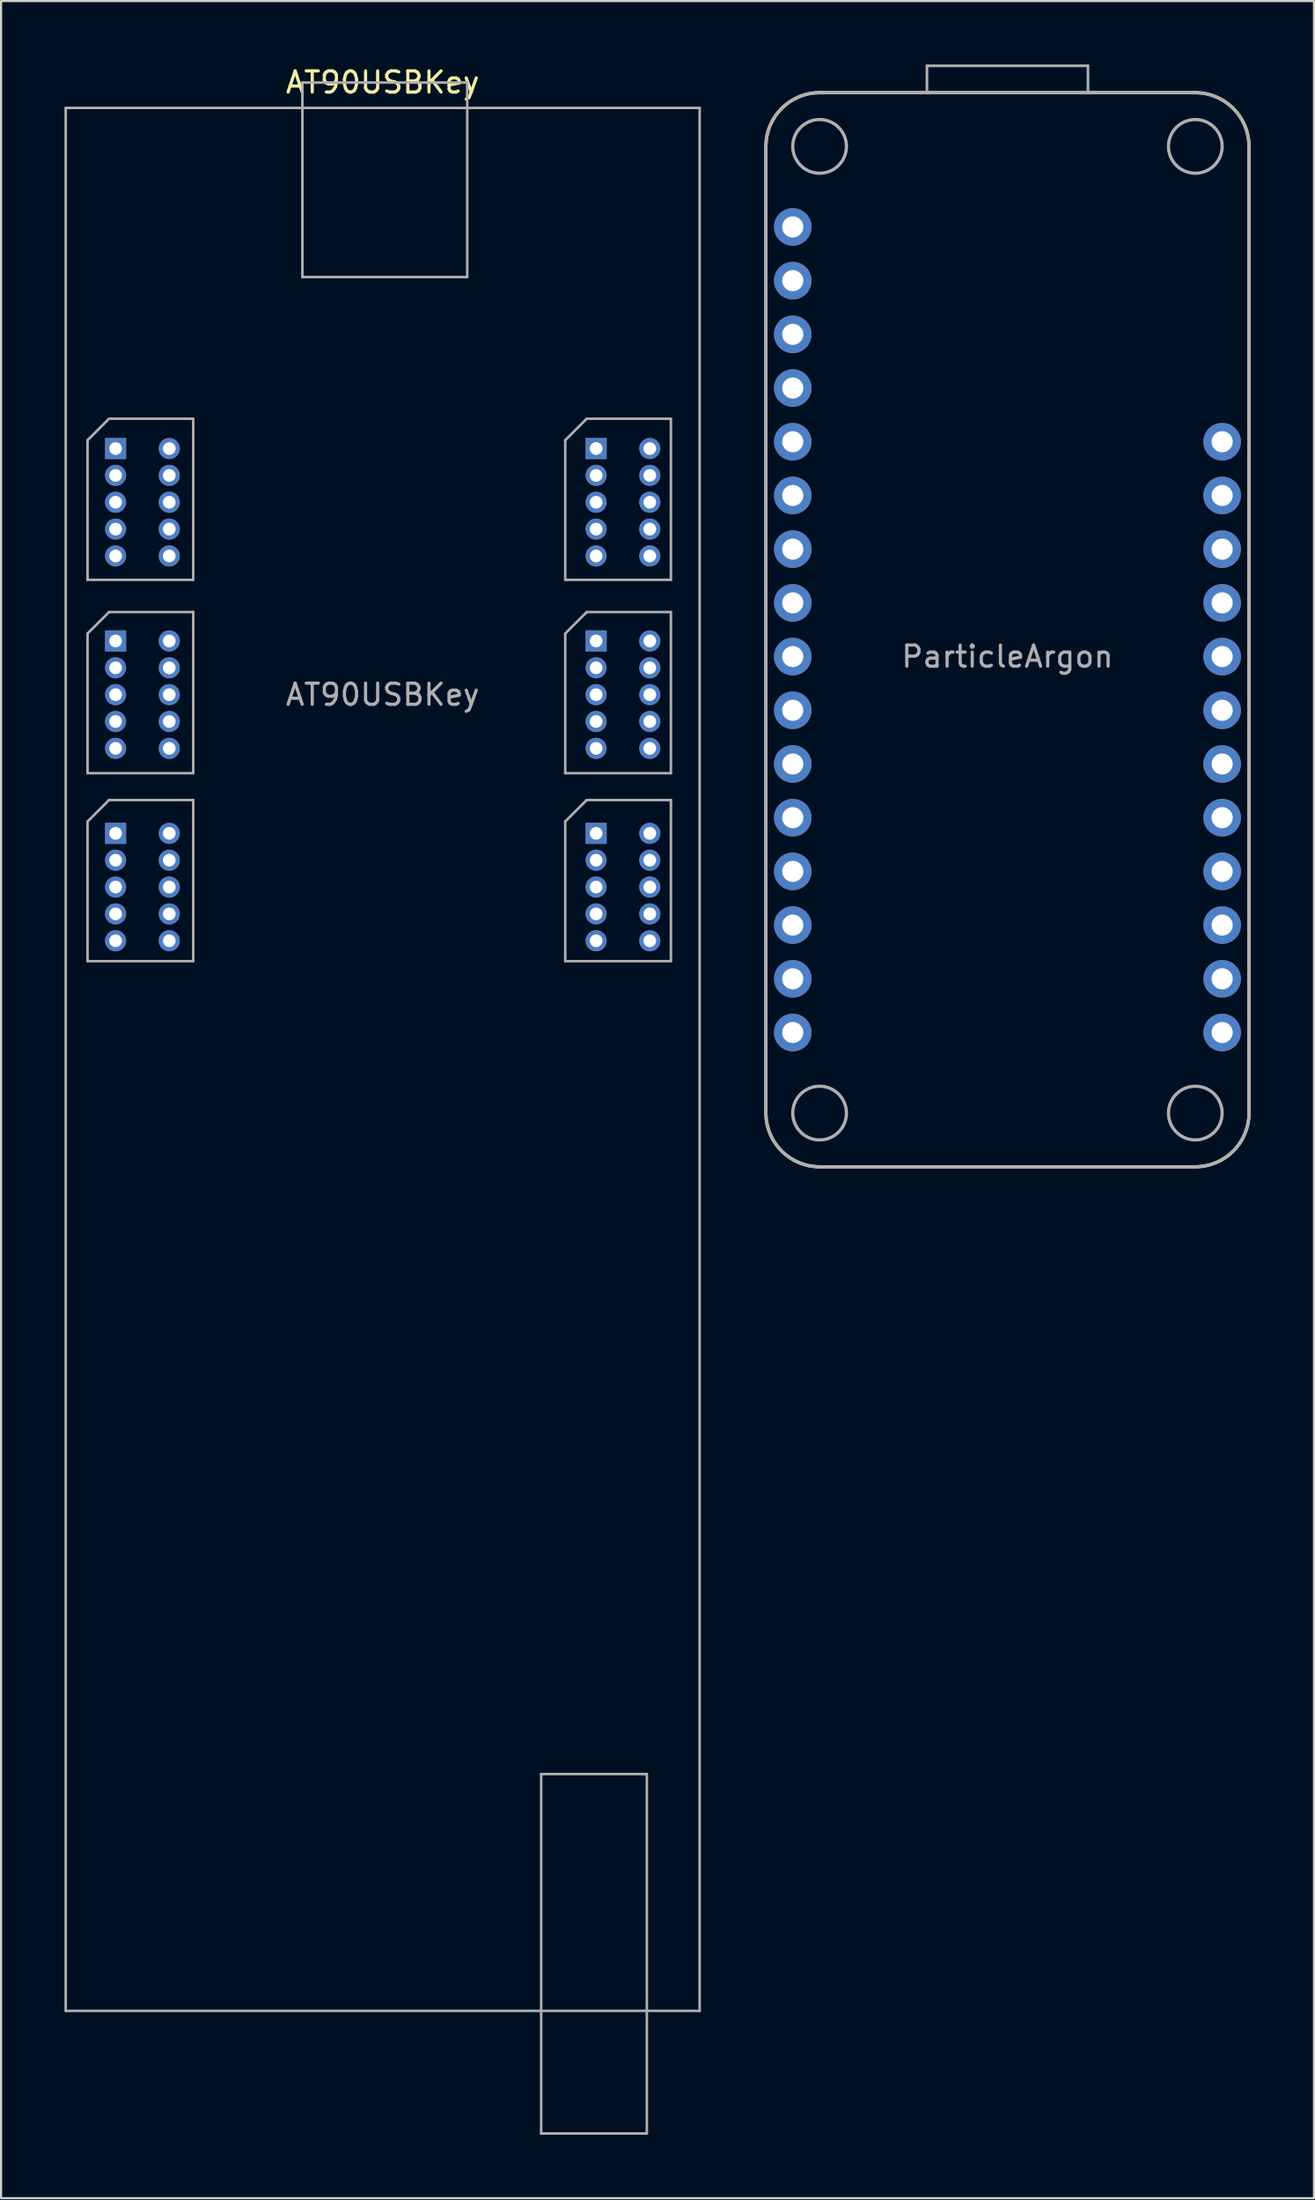
<source format=kicad_pcb>
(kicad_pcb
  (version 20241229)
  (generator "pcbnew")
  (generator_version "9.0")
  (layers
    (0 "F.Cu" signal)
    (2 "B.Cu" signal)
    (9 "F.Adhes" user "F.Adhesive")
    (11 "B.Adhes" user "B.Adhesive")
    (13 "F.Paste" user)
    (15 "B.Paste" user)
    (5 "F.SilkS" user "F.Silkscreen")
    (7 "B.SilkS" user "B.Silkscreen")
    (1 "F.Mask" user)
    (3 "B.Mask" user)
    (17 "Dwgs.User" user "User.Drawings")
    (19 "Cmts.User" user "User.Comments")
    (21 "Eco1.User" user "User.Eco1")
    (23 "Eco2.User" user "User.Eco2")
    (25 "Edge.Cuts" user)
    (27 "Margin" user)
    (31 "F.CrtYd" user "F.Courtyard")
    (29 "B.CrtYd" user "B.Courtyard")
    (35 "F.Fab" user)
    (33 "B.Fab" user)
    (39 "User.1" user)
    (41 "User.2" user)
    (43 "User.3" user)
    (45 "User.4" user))
  (footprint "ParticleArgon"
    (layer "F.Cu")
    (at 44.626 26.733)
    (property "Reference" "ParticleArgon" (at 0 1.27 0) (layer "F.Fab") (effects (font (size 1 1) (thickness 0.15))))
    (attr through_hole)
    (fp_line (start -11.43 -22.86) (end -11.43 22.86) (stroke (width 0.152) (type solid)) (layer "F.SilkS"))
    (fp_line (start -8.89 25.4) (end 8.89 25.4) (stroke (width 0.152) (type solid)) (layer "F.SilkS"))
    (fp_line (start 8.89 -25.4) (end -8.89 -25.4) (stroke (width 0.152) (type solid)) (layer "F.SilkS"))
    (fp_line (start 11.43 22.86) (end 11.43 -22.86) (stroke (width 0.152) (type solid)) (layer "F.SilkS"))
    (fp_arc (start -11.43 -22.86) (mid -10.686051 -24.656051) (end -8.89 -25.4) (stroke (width 0.1524) (type solid)) (layer "F.SilkS"))
    (fp_arc (start -8.89 25.4) (mid -10.686051 24.656051) (end -11.43 22.86) (stroke (width 0.1524) (type solid)) (layer "F.SilkS"))
    (fp_arc (start 8.89 -25.4) (mid 10.686051 -24.656051) (end 11.43 -22.86) (stroke (width 0.1524) (type solid)) (layer "F.SilkS"))
    (fp_arc (start 11.43 22.86) (mid 10.686051 24.656051) (end 8.89 25.4) (stroke (width 0.1524) (type solid)) (layer "F.SilkS"))
    (fp_line (start -11.43 22.86) (end -11.43 -22.86) (stroke (width 0.152) (type solid)) (layer "F.Fab"))
    (fp_line (start -8.89 -25.4) (end -3.81 -25.4) (stroke (width 0.152) (type solid)) (layer "F.Fab"))
    (fp_line (start -3.81 -26.67) (end 3.81 -26.67) (stroke (width 0.127) (type solid)) (layer "F.Fab"))
    (fp_line (start -3.81 -25.4) (end -3.81 -26.67) (stroke (width 0.127) (type solid)) (layer "F.Fab"))
    (fp_line (start -3.81 -25.4) (end 3.81 -25.4) (stroke (width 0.152) (type solid)) (layer "F.Fab"))
    (fp_line (start 3.81 -26.67) (end 3.81 -25.4) (stroke (width 0.127) (type solid)) (layer "F.Fab"))
    (fp_line (start 3.81 -25.4) (end 8.89 -25.4) (stroke (width 0.152) (type solid)) (layer "F.Fab"))
    (fp_line (start 8.89 25.4) (end -8.89 25.4) (stroke (width 0.152) (type solid)) (layer "F.Fab"))
    (fp_line (start 11.43 -22.86) (end 11.43 22.86) (stroke (width 0.152) (type solid)) (layer "F.Fab"))
    (fp_arc (start -11.43 -22.86) (mid -10.686051 -24.656051) (end -8.89 -25.4) (stroke (width 0.1524) (type solid)) (layer "F.Fab"))
    (fp_arc (start -8.89 25.4) (mid -10.686051 24.656051) (end -11.43 22.86) (stroke (width 0.1524) (type solid)) (layer "F.Fab"))
    (fp_arc (start 8.89 -25.4) (mid 10.686051 -24.656051) (end 11.43 -22.86) (stroke (width 0.1524) (type solid)) (layer "F.Fab"))
    (fp_arc (start 11.43 22.86) (mid 10.686051 24.656051) (end 8.89 25.4) (stroke (width 0.1524) (type solid)) (layer "F.Fab"))
    (fp_circle (center -8.89 -22.86) (end -7.62 -22.86) (stroke (width 0.152) (type solid)) (fill no) (layer "F.Fab"))
    (fp_circle (center -8.89 22.86) (end -7.62 22.86) (stroke (width 0.152) (type solid)) (fill no) (layer "F.Fab"))
    (fp_circle (center 8.89 -22.86) (end 10.16 -22.86) (stroke (width 0.152) (type solid)) (fill no) (layer "F.Fab"))
    (fp_circle (center 8.89 22.86) (end 10.16 22.86) (stroke (width 0.152) (type solid)) (fill no) (layer "F.Fab"))
    (pad "1" thru_hole circle (at -10.16 -19.05) (size 1.778 1.778) (drill 1) (layers "*.Cu" "*.Mask"))
    (pad "2" thru_hole circle (at -10.16 -16.51) (size 1.778 1.778) (drill 1) (layers "*.Cu" "*.Mask"))
    (pad "3" thru_hole circle (at -10.16 -13.97) (size 1.778 1.778) (drill 1) (layers "*.Cu" "*.Mask"))
    (pad "4" thru_hole circle (at -10.16 -11.43) (size 1.778 1.778) (drill 1) (layers "*.Cu" "*.Mask"))
    (pad "5" thru_hole circle (at -10.16 -8.89) (size 1.778 1.778) (drill 1) (layers "*.Cu" "*.Mask"))
    (pad "6" thru_hole circle (at -10.16 -6.35) (size 1.778 1.778) (drill 1) (layers "*.Cu" "*.Mask"))
    (pad "7" thru_hole circle (at -10.16 -3.81) (size 1.778 1.778) (drill 1) (layers "*.Cu" "*.Mask"))
    (pad "8" thru_hole circle (at -10.16 -1.27) (size 1.778 1.778) (drill 1) (layers "*.Cu" "*.Mask"))
    (pad "9" thru_hole circle (at -10.16 1.27) (size 1.778 1.778) (drill 1) (layers "*.Cu" "*.Mask"))
    (pad "10" thru_hole circle (at -10.16 3.81) (size 1.778 1.778) (drill 1) (layers "*.Cu" "*.Mask"))
    (pad "11" thru_hole circle (at -10.16 6.35) (size 1.778 1.778) (drill 1) (layers "*.Cu" "*.Mask"))
    (pad "12" thru_hole circle (at -10.16 8.89) (size 1.778 1.778) (drill 1) (layers "*.Cu" "*.Mask"))
    (pad "13" thru_hole circle (at -10.16 11.43) (size 1.778 1.778) (drill 1) (layers "*.Cu" "*.Mask"))
    (pad "14" thru_hole circle (at -10.16 13.97) (size 1.778 1.778) (drill 1) (layers "*.Cu" "*.Mask"))
    (pad "15" thru_hole circle (at -10.16 16.51) (size 1.778 1.778) (drill 1) (layers "*.Cu" "*.Mask"))
    (pad "16" thru_hole circle (at -10.16 19.05) (size 1.778 1.778) (drill 1) (layers "*.Cu" "*.Mask"))
    (pad "17" thru_hole circle (at 10.16 19.05) (size 1.778 1.778) (drill 1) (layers "*.Cu" "*.Mask"))
    (pad "18" thru_hole circle (at 10.16 16.51) (size 1.778 1.778) (drill 1) (layers "*.Cu" "*.Mask"))
    (pad "19" thru_hole circle (at 10.16 13.97) (size 1.778 1.778) (drill 1) (layers "*.Cu" "*.Mask"))
    (pad "20" thru_hole circle (at 10.16 11.43) (size 1.778 1.778) (drill 1) (layers "*.Cu" "*.Mask"))
    (pad "21" thru_hole circle (at 10.16 8.89) (size 1.778 1.778) (drill 1) (layers "*.Cu" "*.Mask"))
    (pad "22" thru_hole circle (at 10.16 6.35) (size 1.778 1.778) (drill 1) (layers "*.Cu" "*.Mask"))
    (pad "23" thru_hole circle (at 10.16 3.81) (size 1.778 1.778) (drill 1) (layers "*.Cu" "*.Mask"))
    (pad "24" thru_hole circle (at 10.16 1.27) (size 1.778 1.778) (drill 1) (layers "*.Cu" "*.Mask"))
    (pad "25" thru_hole circle (at 10.16 -1.27) (size 1.778 1.778) (drill 1) (layers "*.Cu" "*.Mask"))
    (pad "26" thru_hole circle (at 10.16 -3.81) (size 1.778 1.778) (drill 1) (layers "*.Cu" "*.Mask"))
    (pad "27" thru_hole circle (at 10.16 -6.35) (size 1.778 1.778) (drill 1) (layers "*.Cu" "*.Mask"))
    (pad "28" thru_hole circle (at 10.16 -8.89) (size 1.778 1.778) (drill 1) (layers "*.Cu" "*.Mask")))
  (footprint "AT90USBKey"
    (layer "F.Cu")
    (at 15.06 29.804)
    (property "Reference" "AT90USBKey" (at 0 -28.956 0) (layer "F.SilkS") (effects (font (size 1 1) (thickness 0.15))))
    (attr through_hole)
    (fp_line (start -15 -27.75) (end -15 62.25) (stroke (width 0.12) (type solid)) (layer "F.Fab"))
    (fp_line (start -15 -27.75) (end 15 -27.75) (stroke (width 0.12) (type solid)) (layer "F.Fab"))
    (fp_line (start -15 62.25) (end 15 62.25) (stroke (width 0.12) (type solid)) (layer "F.Fab"))
    (fp_line (start -13.967 -12.034) (end -12.951 -13.05) (stroke (width 0.12) (type solid)) (layer "F.Fab"))
    (fp_line (start -13.967 -5.43) (end -13.967 -12.034) (stroke (width 0.12) (type solid)) (layer "F.Fab"))
    (fp_line (start -13.967 -2.89) (end -12.951 -3.906) (stroke (width 0.12) (type solid)) (layer "F.Fab"))
    (fp_line (start -13.967 3.714) (end -13.967 -2.89) (stroke (width 0.12) (type solid)) (layer "F.Fab"))
    (fp_line (start -13.967 6) (end -12.951 4.984) (stroke (width 0.12) (type solid)) (layer "F.Fab"))
    (fp_line (start -13.967 12.604) (end -13.967 6) (stroke (width 0.12) (type solid)) (layer "F.Fab"))
    (fp_line (start -12.951 -13.05) (end -8.967 -13.05) (stroke (width 0.12) (type solid)) (layer "F.Fab"))
    (fp_line (start -12.951 -3.906) (end -8.967 -3.906) (stroke (width 0.12) (type solid)) (layer "F.Fab"))
    (fp_line (start -12.951 4.984) (end -8.967 4.984) (stroke (width 0.12) (type solid)) (layer "F.Fab"))
    (fp_line (start -8.967 -13.05) (end -8.967 -5.43) (stroke (width 0.12) (type solid)) (layer "F.Fab"))
    (fp_line (start -8.967 -5.43) (end -13.967 -5.43) (stroke (width 0.12) (type solid)) (layer "F.Fab"))
    (fp_line (start -8.967 -3.906) (end -8.967 3.714) (stroke (width 0.12) (type solid)) (layer "F.Fab"))
    (fp_line (start -8.967 3.714) (end -13.967 3.714) (stroke (width 0.12) (type solid)) (layer "F.Fab"))
    (fp_line (start -8.967 4.984) (end -8.967 12.604) (stroke (width 0.12) (type solid)) (layer "F.Fab"))
    (fp_line (start -8.967 12.604) (end -13.967 12.604) (stroke (width 0.12) (type solid)) (layer "F.Fab"))
    (fp_line (start -3.8 -28.95) (end 4 -28.95) (stroke (width 0.12) (type solid)) (layer "F.Fab"))
    (fp_line (start -3.8 -19.75) (end -3.8 -28.95) (stroke (width 0.12) (type solid)) (layer "F.Fab"))
    (fp_line (start -3.8 -19.75) (end 4 -19.75) (stroke (width 0.12) (type solid)) (layer "F.Fab"))
    (fp_line (start 4 -19.75) (end 4 -28.95) (stroke (width 0.12) (type solid)) (layer "F.Fab"))
    (fp_line (start 7.5 51.05) (end 7.5 68.05) (stroke (width 0.12) (type solid)) (layer "F.Fab"))
    (fp_line (start 7.5 51.05) (end 12.5 51.05) (stroke (width 0.12) (type solid)) (layer "F.Fab"))
    (fp_line (start 7.5 68.05) (end 12.5 68.05) (stroke (width 0.12) (type solid)) (layer "F.Fab"))
    (fp_line (start 8.639 -12.034) (end 9.655 -13.05) (stroke (width 0.12) (type solid)) (layer "F.Fab"))
    (fp_line (start 8.639 -5.43) (end 8.639 -12.034) (stroke (width 0.12) (type solid)) (layer "F.Fab"))
    (fp_line (start 8.639 -2.89) (end 9.655 -3.906) (stroke (width 0.12) (type solid)) (layer "F.Fab"))
    (fp_line (start 8.639 3.714) (end 8.639 -2.89) (stroke (width 0.12) (type solid)) (layer "F.Fab"))
    (fp_line (start 8.639 6) (end 9.655 4.984) (stroke (width 0.12) (type solid)) (layer "F.Fab"))
    (fp_line (start 8.639 12.604) (end 8.639 6) (stroke (width 0.12) (type solid)) (layer "F.Fab"))
    (fp_line (start 9.655 -13.05) (end 13.639 -13.05) (stroke (width 0.12) (type solid)) (layer "F.Fab"))
    (fp_line (start 9.655 -3.906) (end 13.639 -3.906) (stroke (width 0.12) (type solid)) (layer "F.Fab"))
    (fp_line (start 9.655 4.984) (end 13.639 4.984) (stroke (width 0.12) (type solid)) (layer "F.Fab"))
    (fp_line (start 12.5 51.05) (end 12.5 68.05) (stroke (width 0.12) (type solid)) (layer "F.Fab"))
    (fp_line (start 13.639 -13.05) (end 13.639 -5.43) (stroke (width 0.12) (type solid)) (layer "F.Fab"))
    (fp_line (start 13.639 -5.43) (end 8.639 -5.43) (stroke (width 0.12) (type solid)) (layer "F.Fab"))
    (fp_line (start 13.639 -3.906) (end 13.639 3.714) (stroke (width 0.12) (type solid)) (layer "F.Fab"))
    (fp_line (start 13.639 3.714) (end 8.639 3.714) (stroke (width 0.12) (type solid)) (layer "F.Fab"))
    (fp_line (start 13.639 4.984) (end 13.639 12.604) (stroke (width 0.12) (type solid)) (layer "F.Fab"))
    (fp_line (start 13.639 12.604) (end 8.639 12.604) (stroke (width 0.12) (type solid)) (layer "F.Fab"))
    (fp_line (start 15 -27.75) (end 15 62.25) (stroke (width 0.12) (type solid)) (layer "F.Fab"))
    (fp_text user "${REFERENCE}" (at 0 0 180) (layer "F.Fab") (effects (font (size 1 1) (thickness 0.15))))
    (pad "1" thru_hole rect (at -12.64 -11.64) (size 1 1) (drill 0.6) (layers "*.Cu" "*.Mask"))
    (pad "2" thru_hole circle (at -10.1 -11.64) (size 1 1) (drill 0.6) (layers "*.Cu" "*.Mask"))
    (pad "3" thru_hole circle (at -12.64 -10.37) (size 1 1) (drill 0.6) (layers "*.Cu" "*.Mask"))
    (pad "4" thru_hole circle (at -10.1 -10.37) (size 1 1) (drill 0.6) (layers "*.Cu" "*.Mask"))
    (pad "5" thru_hole circle (at -12.64 -9.1) (size 1 1) (drill 0.6) (layers "*.Cu" "*.Mask"))
    (pad "6" thru_hole circle (at -10.1 -9.1) (size 1 1) (drill 0.6) (layers "*.Cu" "*.Mask"))
    (pad "7" thru_hole circle (at -12.64 -7.83) (size 1 1) (drill 0.6) (layers "*.Cu" "*.Mask"))
    (pad "8" thru_hole circle (at -10.1 -7.83) (size 1 1) (drill 0.6) (layers "*.Cu" "*.Mask"))
    (pad "9" thru_hole circle (at -12.64 -6.56) (size 1 1) (drill 0.6) (layers "*.Cu" "*.Mask"))
    (pad "10" thru_hole circle (at -10.1 -6.56) (size 1 1) (drill 0.6) (layers "*.Cu" "*.Mask"))
    (pad "11" thru_hole rect (at -12.64 -2.54) (size 1 1) (drill 0.6) (layers "*.Cu" "*.Mask"))
    (pad "12" thru_hole circle (at -10.1 -2.54) (size 1 1) (drill 0.6) (layers "*.Cu" "*.Mask"))
    (pad "13" thru_hole circle (at -12.64 -1.27) (size 1 1) (drill 0.6) (layers "*.Cu" "*.Mask"))
    (pad "14" thru_hole circle (at -10.1 -1.27) (size 1 1) (drill 0.6) (layers "*.Cu" "*.Mask"))
    (pad "15" thru_hole circle (at -12.64 0) (size 1 1) (drill 0.6) (layers "*.Cu" "*.Mask"))
    (pad "16" thru_hole circle (at -10.1 0) (size 1 1) (drill 0.6) (layers "*.Cu" "*.Mask"))
    (pad "17" thru_hole circle (at -12.64 1.27) (size 1 1) (drill 0.6) (layers "*.Cu" "*.Mask"))
    (pad "18" thru_hole circle (at -10.1 1.27) (size 1 1) (drill 0.6) (layers "*.Cu" "*.Mask"))
    (pad "19" thru_hole circle (at -12.64 2.54) (size 1 1) (drill 0.6) (layers "*.Cu" "*.Mask"))
    (pad "20" thru_hole circle (at -10.1 2.54) (size 1 1) (drill 0.6) (layers "*.Cu" "*.Mask"))
    (pad "21" thru_hole rect (at -12.64 6.56) (size 1 1) (drill 0.6) (layers "*.Cu" "*.Mask"))
    (pad "22" thru_hole circle (at -10.1 6.56) (size 1 1) (drill 0.6) (layers "*.Cu" "*.Mask"))
    (pad "23" thru_hole circle (at -12.64 7.83) (size 1 1) (drill 0.6) (layers "*.Cu" "*.Mask"))
    (pad "24" thru_hole circle (at -10.1 7.83) (size 1 1) (drill 0.6) (layers "*.Cu" "*.Mask"))
    (pad "25" thru_hole circle (at -12.64 9.1) (size 1 1) (drill 0.6) (layers "*.Cu" "*.Mask"))
    (pad "26" thru_hole circle (at -10.1 9.1) (size 1 1) (drill 0.6) (layers "*.Cu" "*.Mask"))
    (pad "27" thru_hole circle (at -12.64 10.37) (size 1 1) (drill 0.6) (layers "*.Cu" "*.Mask"))
    (pad "28" thru_hole circle (at -10.1 10.37) (size 1 1) (drill 0.6) (layers "*.Cu" "*.Mask"))
    (pad "29" thru_hole circle (at -12.64 11.64) (size 1 1) (drill 0.6) (layers "*.Cu" "*.Mask"))
    (pad "30" thru_hole circle (at -10.1 11.64) (size 1 1) (drill 0.6) (layers "*.Cu" "*.Mask"))
    (pad "31" thru_hole rect (at 10.1 6.56) (size 1 1) (drill 0.6) (layers "*.Cu" "*.Mask"))
    (pad "32" thru_hole circle (at 12.64 6.56) (size 1 1) (drill 0.6) (layers "*.Cu" "*.Mask"))
    (pad "33" thru_hole circle (at 10.1 7.83) (size 1 1) (drill 0.6) (layers "*.Cu" "*.Mask"))
    (pad "34" thru_hole circle (at 12.64 7.83) (size 1 1) (drill 0.6) (layers "*.Cu" "*.Mask"))
    (pad "35" thru_hole circle (at 10.1 9.1) (size 1 1) (drill 0.6) (layers "*.Cu" "*.Mask"))
    (pad "36" thru_hole circle (at 12.64 9.1) (size 1 1) (drill 0.6) (layers "*.Cu" "*.Mask"))
    (pad "37" thru_hole circle (at 10.1 10.37) (size 1 1) (drill 0.6) (layers "*.Cu" "*.Mask"))
    (pad "38" thru_hole circle (at 12.64 10.37) (size 1 1) (drill 0.6) (layers "*.Cu" "*.Mask"))
    (pad "39" thru_hole circle (at 10.1 11.64) (size 1 1) (drill 0.6) (layers "*.Cu" "*.Mask"))
    (pad "40" thru_hole circle (at 12.64 11.64) (size 1 1) (drill 0.6) (layers "*.Cu" "*.Mask"))
    (pad "41" thru_hole rect (at 10.1 -2.54) (size 1 1) (drill 0.6) (layers "*.Cu" "*.Mask"))
    (pad "42" thru_hole circle (at 12.64 -2.54) (size 1 1) (drill 0.6) (layers "*.Cu" "*.Mask"))
    (pad "43" thru_hole circle (at 10.1 -1.27) (size 1 1) (drill 0.6) (layers "*.Cu" "*.Mask"))
    (pad "44" thru_hole circle (at 12.64 -1.27) (size 1 1) (drill 0.6) (layers "*.Cu" "*.Mask"))
    (pad "45" thru_hole circle (at 10.1 0) (size 1 1) (drill 0.6) (layers "*.Cu" "*.Mask"))
    (pad "46" thru_hole circle (at 12.64 0) (size 1 1) (drill 0.6) (layers "*.Cu" "*.Mask"))
    (pad "47" thru_hole circle (at 10.1 1.27) (size 1 1) (drill 0.6) (layers "*.Cu" "*.Mask"))
    (pad "48" thru_hole circle (at 12.64 1.27) (size 1 1) (drill 0.6) (layers "*.Cu" "*.Mask"))
    (pad "49" thru_hole circle (at 10.1 2.54) (size 1 1) (drill 0.6) (layers "*.Cu" "*.Mask"))
    (pad "50" thru_hole circle (at 12.64 2.54) (size 1 1) (drill 0.6) (layers "*.Cu" "*.Mask"))
    (pad "51" thru_hole rect (at 10.1 -11.64) (size 1 1) (drill 0.6) (layers "*.Cu" "*.Mask"))
    (pad "52" thru_hole circle (at 12.64 -11.64) (size 1 1) (drill 0.6) (layers "*.Cu" "*.Mask"))
    (pad "53" thru_hole circle (at 10.1 -10.37) (size 1 1) (drill 0.6) (layers "*.Cu" "*.Mask"))
    (pad "54" thru_hole circle (at 12.64 -10.37) (size 1 1) (drill 0.6) (layers "*.Cu" "*.Mask"))
    (pad "55" thru_hole circle (at 10.1 -9.1) (size 1 1) (drill 0.6) (layers "*.Cu" "*.Mask"))
    (pad "56" thru_hole circle (at 12.64 -9.1) (size 1 1) (drill 0.6) (layers "*.Cu" "*.Mask"))
    (pad "57" thru_hole circle (at 10.1 -7.83) (size 1 1) (drill 0.6) (layers "*.Cu" "*.Mask"))
    (pad "58" thru_hole circle (at 12.64 -7.83) (size 1 1) (drill 0.6) (layers "*.Cu" "*.Mask"))
    (pad "59" thru_hole circle (at 10.1 -6.56) (size 1 1) (drill 0.6) (layers "*.Cu" "*.Mask"))
    (pad "60" thru_hole circle (at 12.64 -6.56) (size 1 1) (drill 0.6) (layers "*.Cu" "*.Mask")))
  (gr_rect
    (start -3 -3)
    (end 59.132 100.914)
    (stroke (width 0.1) (type default))
    (fill no)
    (layer "Edge.Cuts")))
</source>
